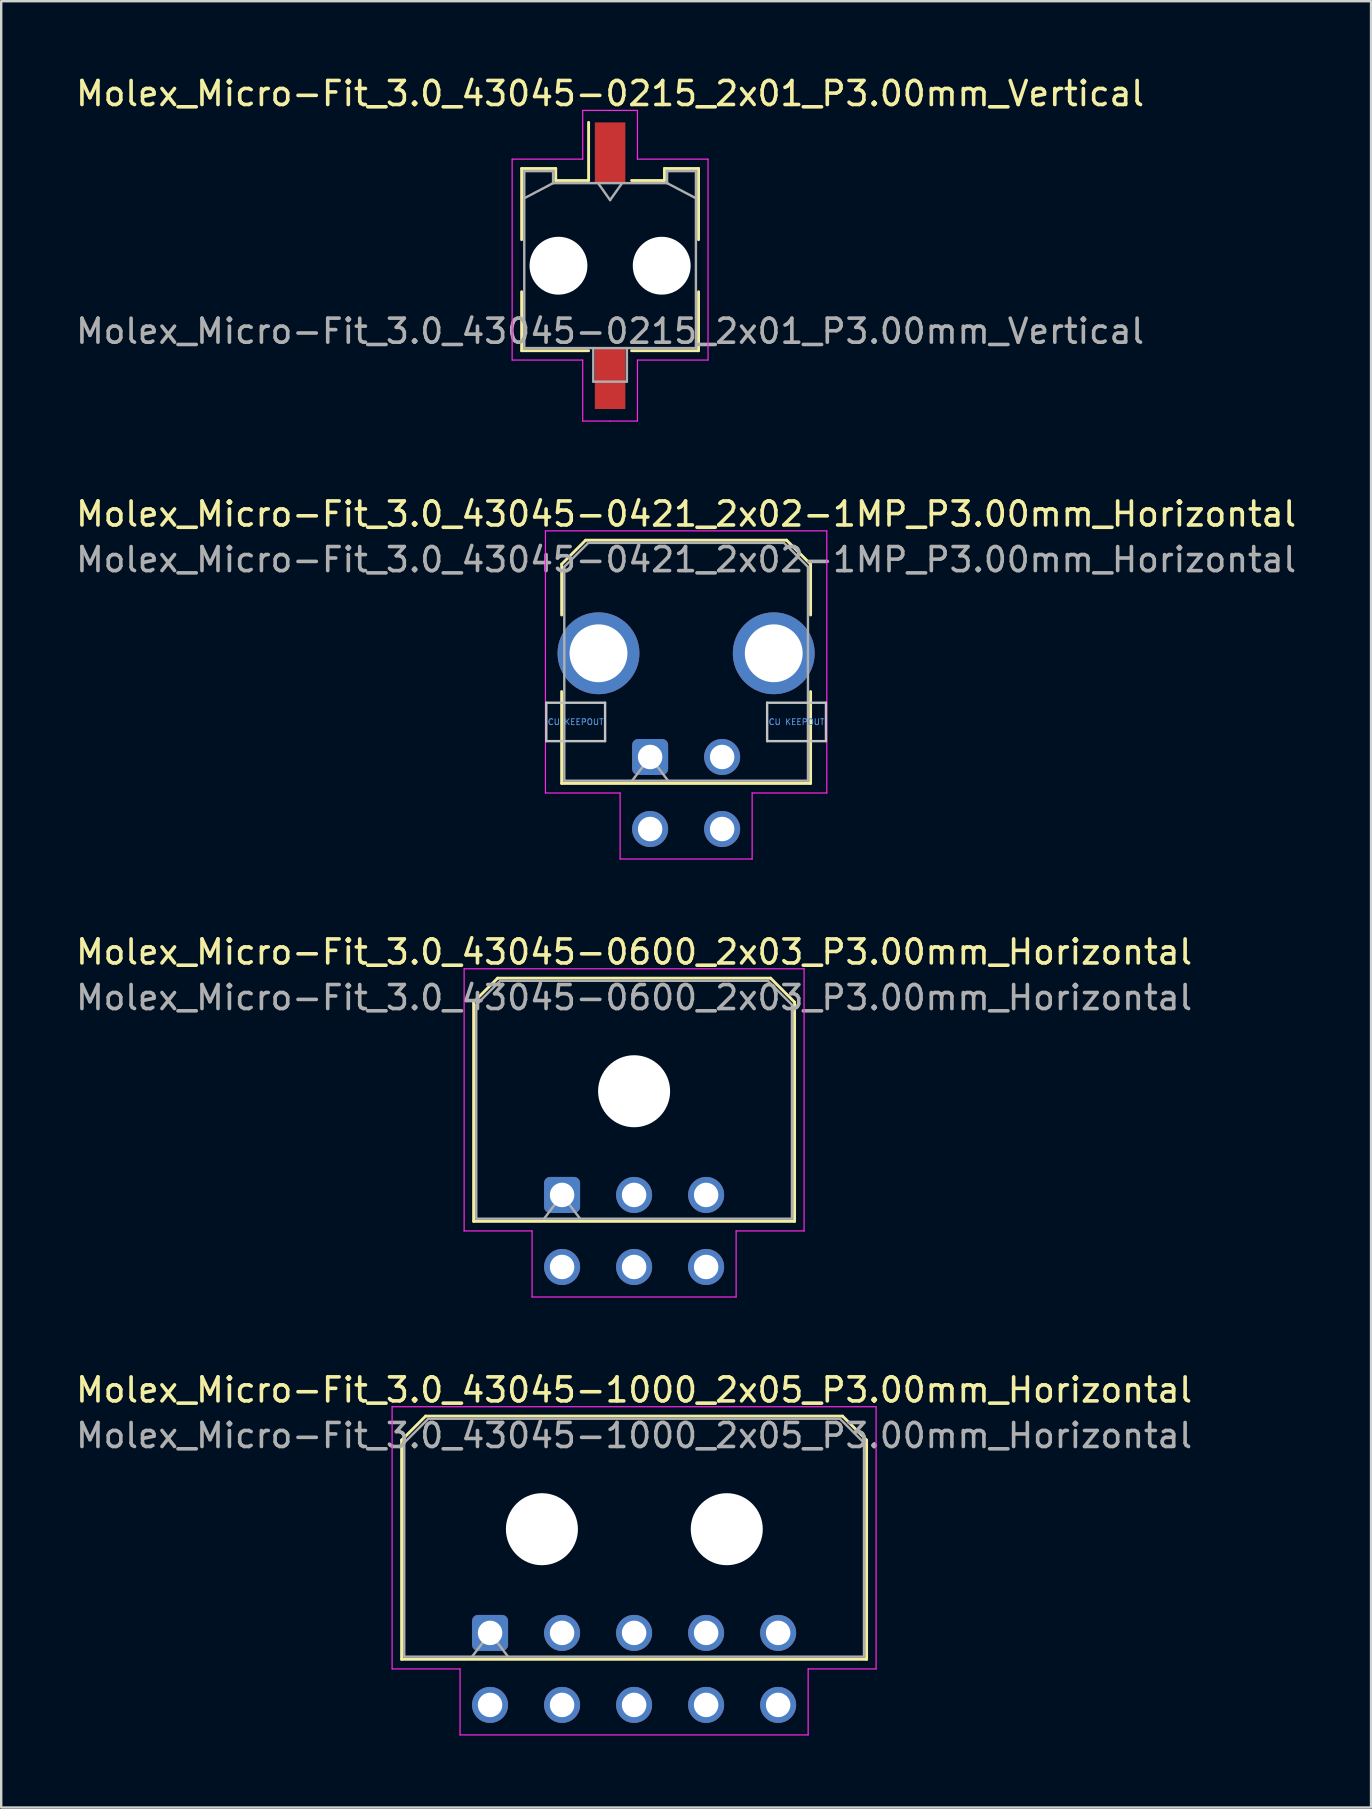
<source format=kicad_pcb>
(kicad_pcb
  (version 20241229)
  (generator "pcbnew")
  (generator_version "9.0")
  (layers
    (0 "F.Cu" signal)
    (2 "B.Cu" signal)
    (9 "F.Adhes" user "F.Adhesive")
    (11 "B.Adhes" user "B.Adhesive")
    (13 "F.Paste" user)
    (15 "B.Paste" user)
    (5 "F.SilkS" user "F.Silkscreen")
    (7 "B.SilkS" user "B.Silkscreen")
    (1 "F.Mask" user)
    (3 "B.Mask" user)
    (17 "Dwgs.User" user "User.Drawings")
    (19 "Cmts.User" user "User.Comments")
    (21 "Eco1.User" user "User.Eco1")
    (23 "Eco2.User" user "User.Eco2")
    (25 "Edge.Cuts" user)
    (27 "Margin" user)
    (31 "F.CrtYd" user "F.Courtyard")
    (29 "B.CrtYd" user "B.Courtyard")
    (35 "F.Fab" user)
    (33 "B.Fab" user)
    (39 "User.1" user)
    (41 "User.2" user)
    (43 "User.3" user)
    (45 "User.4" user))
  (footprint "Molex_Micro-Fit_3.0_43045-1000_2x05_P3.00mm_Horizontal"
    (layer "F.Cu")
    (at 17.363 64.968)
    (property "Reference" "Molex_Micro-Fit_3.0_43045-1000_2x05_P3.00mm_Horizontal" (at 6 -10.12 0) (layer "F.SilkS") (effects (font (size 1 1) (thickness 0.15))))
    (attr through_hole)
    (fp_line (start -3.685 -8.03) (end -2.685 -9.03) (stroke (width 0.12) (type solid)) (layer "F.SilkS"))
    (fp_line (start -3.685 1.1) (end -3.685 -8.03) (stroke (width 0.12) (type solid)) (layer "F.SilkS"))
    (fp_line (start -2.685 -9.03) (end 14.685 -9.03) (stroke (width 0.12) (type solid)) (layer "F.SilkS"))
    (fp_line (start 14.685 -9.03) (end 15.685 -8.03) (stroke (width 0.12) (type solid)) (layer "F.SilkS"))
    (fp_line (start 15.685 -8.03) (end 15.685 1.1) (stroke (width 0.12) (type solid)) (layer "F.SilkS"))
    (fp_line (start 15.685 1.1) (end -3.685 1.1) (stroke (width 0.12) (type solid)) (layer "F.SilkS"))
    (fp_line (start -4.08 -9.42) (end 16.08 -9.42) (stroke (width 0.05) (type solid)) (layer "F.CrtYd"))
    (fp_line (start -4.08 1.5) (end -4.08 -9.42) (stroke (width 0.05) (type solid)) (layer "F.CrtYd"))
    (fp_line (start -1.25 1.5) (end -4.08 1.5) (stroke (width 0.05) (type solid)) (layer "F.CrtYd"))
    (fp_line (start -1.25 4.25) (end -1.25 1.5) (stroke (width 0.05) (type solid)) (layer "F.CrtYd"))
    (fp_line (start 13.25 1.5) (end 13.25 4.25) (stroke (width 0.05) (type solid)) (layer "F.CrtYd"))
    (fp_line (start 13.25 4.25) (end -1.25 4.25) (stroke (width 0.05) (type solid)) (layer "F.CrtYd"))
    (fp_line (start 16.08 -9.42) (end 16.08 1.5) (stroke (width 0.05) (type solid)) (layer "F.CrtYd"))
    (fp_line (start 16.08 1.5) (end 13.25 1.5) (stroke (width 0.05) (type solid)) (layer "F.CrtYd"))
    (fp_line (start -3.575 -7.92) (end -2.575 -8.92) (stroke (width 0.1) (type solid)) (layer "F.Fab"))
    (fp_line (start -3.575 0.99) (end -3.575 -7.92) (stroke (width 0.1) (type solid)) (layer "F.Fab"))
    (fp_line (start -2.575 -8.92) (end 14.575 -8.92) (stroke (width 0.1) (type solid)) (layer "F.Fab"))
    (fp_line (start -0.75 0.99) (end 0 0) (stroke (width 0.1) (type solid)) (layer "F.Fab"))
    (fp_line (start 0 0) (end 0.75 0.99) (stroke (width 0.1) (type solid)) (layer "F.Fab"))
    (fp_line (start 14.575 -8.92) (end 15.575 -7.92) (stroke (width 0.1) (type solid)) (layer "F.Fab"))
    (fp_line (start 15.575 -7.92) (end 15.575 0.99) (stroke (width 0.1) (type solid)) (layer "F.Fab"))
    (fp_line (start 15.575 0.99) (end -3.575 0.99) (stroke (width 0.1) (type solid)) (layer "F.Fab"))
    (fp_text user "${REFERENCE}" (at 6 -8.22 0) (layer "F.Fab") (effects (font (size 1 1) (thickness 0.15))))
    (pad "" np_thru_hole circle (at 2.16 -4.32) (size 3 3) (drill 3) (layers "*.Cu" "*.Mask"))
    (pad "" np_thru_hole circle (at 9.86 -4.32) (size 3 3) (drill 3) (layers "*.Cu" "*.Mask"))
    (pad "1" thru_hole roundrect (at 0 0) (size 1.5 1.5) (drill 1.02) (layers "*.Cu" "*.Mask") (roundrect_rratio 0.167))
    (pad "2" thru_hole circle (at 3 0) (size 1.5 1.5) (drill 1.02) (layers "*.Cu" "*.Mask"))
    (pad "3" thru_hole circle (at 6 0) (size 1.5 1.5) (drill 1.02) (layers "*.Cu" "*.Mask"))
    (pad "4" thru_hole circle (at 9 0) (size 1.5 1.5) (drill 1.02) (layers "*.Cu" "*.Mask"))
    (pad "5" thru_hole circle (at 12 0) (size 1.5 1.5) (drill 1.02) (layers "*.Cu" "*.Mask"))
    (pad "6" thru_hole circle (at 0 3) (size 1.5 1.5) (drill 1.02) (layers "*.Cu" "*.Mask"))
    (pad "7" thru_hole circle (at 3 3) (size 1.5 1.5) (drill 1.02) (layers "*.Cu" "*.Mask"))
    (pad "8" thru_hole circle (at 6 3) (size 1.5 1.5) (drill 1.02) (layers "*.Cu" "*.Mask"))
    (pad "9" thru_hole circle (at 9 3) (size 1.5 1.5) (drill 1.02) (layers "*.Cu" "*.Mask"))
    (pad "10" thru_hole circle (at 12 3) (size 1.5 1.5) (drill 1.02) (layers "*.Cu" "*.Mask")))
  (footprint "Molex_Micro-Fit_3.0_43045-0215_2x01_P3.00mm_Vertical"
    (layer "F.Cu")
    (at 22.363 8.018)
    (property "Reference" "Molex_Micro-Fit_3.0_43045-0215_2x01_P3.00mm_Vertical" (at 0 -7.17 0) (layer "F.SilkS") (effects (font (size 1 1) (thickness 0.15))))
    (attr smd)
    (fp_line (start -3.685 -4.05) (end -2.265 -4.05) (stroke (width 0.12) (type solid)) (layer "F.SilkS"))
    (fp_line (start -3.685 -1.085) (end -3.685 -4.05) (stroke (width 0.12) (type solid)) (layer "F.SilkS"))
    (fp_line (start -3.685 1.085) (end -3.685 3.54) (stroke (width 0.12) (type solid)) (layer "F.SilkS"))
    (fp_line (start -3.685 3.54) (end -0.895 3.54) (stroke (width 0.12) (type solid)) (layer "F.SilkS"))
    (fp_line (start -2.265 -4.05) (end -2.265 -3.55) (stroke (width 0.12) (type solid)) (layer "F.SilkS"))
    (fp_line (start -2.265 -3.55) (end -0.895 -3.55) (stroke (width 0.12) (type solid)) (layer "F.SilkS"))
    (fp_line (start -0.895 -3.55) (end -0.895 -5.97) (stroke (width 0.12) (type solid)) (layer "F.SilkS"))
    (fp_line (start 2.265 -4.05) (end 2.265 -3.55) (stroke (width 0.12) (type solid)) (layer "F.SilkS"))
    (fp_line (start 2.265 -3.55) (end 0.895 -3.55) (stroke (width 0.12) (type solid)) (layer "F.SilkS"))
    (fp_line (start 3.685 -4.05) (end 2.265 -4.05) (stroke (width 0.12) (type solid)) (layer "F.SilkS"))
    (fp_line (start 3.685 -1.085) (end 3.685 -4.05) (stroke (width 0.12) (type solid)) (layer "F.SilkS"))
    (fp_line (start 3.685 1.085) (end 3.685 3.54) (stroke (width 0.12) (type solid)) (layer "F.SilkS"))
    (fp_line (start 3.685 3.54) (end 0.895 3.54) (stroke (width 0.12) (type solid)) (layer "F.SilkS"))
    (fp_line (start -4.08 -4.44) (end -4.08 3.93) (stroke (width 0.05) (type solid)) (layer "F.CrtYd"))
    (fp_line (start -4.08 3.93) (end -1.14 3.93) (stroke (width 0.05) (type solid)) (layer "F.CrtYd"))
    (fp_line (start -1.14 -6.47) (end -1.14 -4.44) (stroke (width 0.05) (type solid)) (layer "F.CrtYd"))
    (fp_line (start -1.14 -4.44) (end -4.08 -4.44) (stroke (width 0.05) (type solid)) (layer "F.CrtYd"))
    (fp_line (start -1.14 3.93) (end -1.14 6.47) (stroke (width 0.05) (type solid)) (layer "F.CrtYd"))
    (fp_line (start -1.14 6.47) (end 0 6.47) (stroke (width 0.05) (type solid)) (layer "F.CrtYd"))
    (fp_line (start 0 -6.47) (end -1.14 -6.47) (stroke (width 0.05) (type solid)) (layer "F.CrtYd"))
    (fp_line (start 0 -6.47) (end 1.14 -6.47) (stroke (width 0.05) (type solid)) (layer "F.CrtYd"))
    (fp_line (start 1.14 -6.47) (end 1.14 -4.44) (stroke (width 0.05) (type solid)) (layer "F.CrtYd"))
    (fp_line (start 1.14 -4.44) (end 4.08 -4.44) (stroke (width 0.05) (type solid)) (layer "F.CrtYd"))
    (fp_line (start 1.14 3.93) (end 1.14 6.47) (stroke (width 0.05) (type solid)) (layer "F.CrtYd"))
    (fp_line (start 1.14 6.47) (end 0 6.47) (stroke (width 0.05) (type solid)) (layer "F.CrtYd"))
    (fp_line (start 4.08 -4.44) (end 4.08 3.93) (stroke (width 0.05) (type solid)) (layer "F.CrtYd"))
    (fp_line (start 4.08 3.93) (end 1.14 3.93) (stroke (width 0.05) (type solid)) (layer "F.CrtYd"))
    (fp_line (start -3.575 -3.94) (end -3.575 3.43) (stroke (width 0.1) (type solid)) (layer "F.Fab"))
    (fp_line (start -3.575 -2.81) (end -2.375 -3.44) (stroke (width 0.1) (type solid)) (layer "F.Fab"))
    (fp_line (start -3.575 3.43) (end 3.575 3.43) (stroke (width 0.1) (type solid)) (layer "F.Fab"))
    (fp_line (start -2.375 -3.94) (end -3.575 -3.94) (stroke (width 0.1) (type solid)) (layer "F.Fab"))
    (fp_line (start -2.375 -3.44) (end -2.375 -3.94) (stroke (width 0.1) (type solid)) (layer "F.Fab"))
    (fp_line (start -0.7 3.43) (end -0.7 4.83) (stroke (width 0.1) (type solid)) (layer "F.Fab"))
    (fp_line (start -0.7 4.83) (end 0.7 4.83) (stroke (width 0.1) (type solid)) (layer "F.Fab"))
    (fp_line (start -0.5 -3.44) (end 0 -2.733) (stroke (width 0.1) (type solid)) (layer "F.Fab"))
    (fp_line (start 0 -2.733) (end 0.5 -3.44) (stroke (width 0.1) (type solid)) (layer "F.Fab"))
    (fp_line (start 0.7 4.83) (end 0.7 3.43) (stroke (width 0.1) (type solid)) (layer "F.Fab"))
    (fp_line (start 2.375 -3.94) (end 2.375 -3.44) (stroke (width 0.1) (type solid)) (layer "F.Fab"))
    (fp_line (start 2.375 -3.44) (end -2.375 -3.44) (stroke (width 0.1) (type solid)) (layer "F.Fab"))
    (fp_line (start 3.575 -3.94) (end 2.375 -3.94) (stroke (width 0.1) (type solid)) (layer "F.Fab"))
    (fp_line (start 3.575 -2.81) (end 2.375 -3.44) (stroke (width 0.1) (type solid)) (layer "F.Fab"))
    (fp_line (start 3.575 3.43) (end 3.575 -3.94) (stroke (width 0.1) (type solid)) (layer "F.Fab"))
    (fp_text user "${REFERENCE}" (at 0 2.73 0) (layer "F.Fab") (effects (font (size 1 1) (thickness 0.15))))
    (pad "" np_thru_hole circle (at -2.15 0) (size 2.41 2.41) (drill 2.41) (layers "*.Cu" "*.Mask"))
    (pad "" np_thru_hole circle (at 2.15 0) (size 2.41 2.41) (drill 2.41) (layers "*.Cu" "*.Mask"))
    (pad "1" smd rect (at 0 -4.7) (size 1.27 2.54) (layers "F.Cu" "F.Mask" "F.Paste"))
    (pad "2" smd rect (at 0 4.7) (size 1.27 2.54) (layers "F.Cu" "F.Mask" "F.Paste")))
  (footprint "Molex_Micro-Fit_3.0_43045-0600_2x03_P3.00mm_Horizontal"
    (layer "F.Cu")
    (at 20.363 46.725)
    (property "Reference" "Molex_Micro-Fit_3.0_43045-0600_2x03_P3.00mm_Horizontal" (at 3 -10.12 0) (layer "F.SilkS") (effects (font (size 1 1) (thickness 0.15))))
    (attr through_hole)
    (fp_line (start -3.685 -8.03) (end -2.685 -9.03) (stroke (width 0.12) (type solid)) (layer "F.SilkS"))
    (fp_line (start -3.685 1.1) (end -3.685 -8.03) (stroke (width 0.12) (type solid)) (layer "F.SilkS"))
    (fp_line (start -2.685 -9.03) (end 8.685 -9.03) (stroke (width 0.12) (type solid)) (layer "F.SilkS"))
    (fp_line (start 8.685 -9.03) (end 9.685 -8.03) (stroke (width 0.12) (type solid)) (layer "F.SilkS"))
    (fp_line (start 9.685 -8.03) (end 9.685 1.1) (stroke (width 0.12) (type solid)) (layer "F.SilkS"))
    (fp_line (start 9.685 1.1) (end -3.685 1.1) (stroke (width 0.12) (type solid)) (layer "F.SilkS"))
    (fp_line (start -4.08 -9.42) (end 10.08 -9.42) (stroke (width 0.05) (type solid)) (layer "F.CrtYd"))
    (fp_line (start -4.08 1.5) (end -4.08 -9.42) (stroke (width 0.05) (type solid)) (layer "F.CrtYd"))
    (fp_line (start -1.25 1.5) (end -4.08 1.5) (stroke (width 0.05) (type solid)) (layer "F.CrtYd"))
    (fp_line (start -1.25 4.25) (end -1.25 1.5) (stroke (width 0.05) (type solid)) (layer "F.CrtYd"))
    (fp_line (start 7.25 1.5) (end 7.25 4.25) (stroke (width 0.05) (type solid)) (layer "F.CrtYd"))
    (fp_line (start 7.25 4.25) (end -1.25 4.25) (stroke (width 0.05) (type solid)) (layer "F.CrtYd"))
    (fp_line (start 10.08 -9.42) (end 10.08 1.5) (stroke (width 0.05) (type solid)) (layer "F.CrtYd"))
    (fp_line (start 10.08 1.5) (end 7.25 1.5) (stroke (width 0.05) (type solid)) (layer "F.CrtYd"))
    (fp_line (start -3.575 -7.92) (end -2.575 -8.92) (stroke (width 0.1) (type solid)) (layer "F.Fab"))
    (fp_line (start -3.575 0.99) (end -3.575 -7.92) (stroke (width 0.1) (type solid)) (layer "F.Fab"))
    (fp_line (start -2.575 -8.92) (end 8.575 -8.92) (stroke (width 0.1) (type solid)) (layer "F.Fab"))
    (fp_line (start -0.75 0.99) (end 0 0) (stroke (width 0.1) (type solid)) (layer "F.Fab"))
    (fp_line (start 0 0) (end 0.75 0.99) (stroke (width 0.1) (type solid)) (layer "F.Fab"))
    (fp_line (start 8.575 -8.92) (end 9.575 -7.92) (stroke (width 0.1) (type solid)) (layer "F.Fab"))
    (fp_line (start 9.575 -7.92) (end 9.575 0.99) (stroke (width 0.1) (type solid)) (layer "F.Fab"))
    (fp_line (start 9.575 0.99) (end -3.575 0.99) (stroke (width 0.1) (type solid)) (layer "F.Fab"))
    (fp_text user "${REFERENCE}" (at 3 -8.22 0) (layer "F.Fab") (effects (font (size 1 1) (thickness 0.15))))
    (pad "" np_thru_hole circle (at 3 -4.32) (size 3 3) (drill 3) (layers "*.Cu" "*.Mask"))
    (pad "1" thru_hole roundrect (at 0 0) (size 1.5 1.5) (drill 1.02) (layers "*.Cu" "*.Mask") (roundrect_rratio 0.167))
    (pad "2" thru_hole circle (at 3 0) (size 1.5 1.5) (drill 1.02) (layers "*.Cu" "*.Mask"))
    (pad "3" thru_hole circle (at 6 0) (size 1.5 1.5) (drill 1.02) (layers "*.Cu" "*.Mask"))
    (pad "4" thru_hole circle (at 0 3) (size 1.5 1.5) (drill 1.02) (layers "*.Cu" "*.Mask"))
    (pad "5" thru_hole circle (at 3 3) (size 1.5 1.5) (drill 1.02) (layers "*.Cu" "*.Mask"))
    (pad "6" thru_hole circle (at 6 3) (size 1.5 1.5) (drill 1.02) (layers "*.Cu" "*.Mask")))
  (footprint "Molex_Micro-Fit_3.0_43045-0421_2x02-1MP_P3.00mm_Horizontal"
    (layer "F.Cu")
    (at 24.03 28.482)
    (property "Reference" "Molex_Micro-Fit_3.0_43045-0421_2x02-1MP_P3.00mm_Horizontal" (at 1.5 -10.12 0) (layer "F.SilkS") (effects (font (size 1 1) (thickness 0.15))))
    (attr through_hole)
    (fp_line (start -3.685 -8.03) (end -2.685 -9.03) (stroke (width 0.12) (type solid)) (layer "F.SilkS"))
    (fp_line (start -3.685 -5.915) (end -3.685 -8.03) (stroke (width 0.12) (type solid)) (layer "F.SilkS"))
    (fp_line (start -3.685 -2.725) (end -3.685 1.1) (stroke (width 0.12) (type solid)) (layer "F.SilkS"))
    (fp_line (start -3.685 1.1) (end 6.685 1.1) (stroke (width 0.12) (type solid)) (layer "F.SilkS"))
    (fp_line (start -2.685 -9.03) (end 5.685 -9.03) (stroke (width 0.12) (type solid)) (layer "F.SilkS"))
    (fp_line (start 5.685 -9.03) (end 6.685 -8.03) (stroke (width 0.12) (type solid)) (layer "F.SilkS"))
    (fp_line (start 6.685 -8.03) (end 6.685 -5.915) (stroke (width 0.12) (type solid)) (layer "F.SilkS"))
    (fp_line (start 6.685 1.1) (end 6.685 -2.725) (stroke (width 0.12) (type solid)) (layer "F.SilkS"))
    (fp_line (start -4.325 -2.26) (end -4.325 -0.66) (stroke (width 0.1) (type solid)) (layer "Dwgs.User"))
    (fp_line (start -4.325 -0.66) (end -1.875 -0.66) (stroke (width 0.1) (type solid)) (layer "Dwgs.User"))
    (fp_line (start -1.875 -2.26) (end -4.325 -2.26) (stroke (width 0.1) (type solid)) (layer "Dwgs.User"))
    (fp_line (start -1.875 -0.66) (end -1.875 -2.26) (stroke (width 0.1) (type solid)) (layer "Dwgs.User"))
    (fp_line (start 4.875 -2.26) (end 4.875 -0.66) (stroke (width 0.1) (type solid)) (layer "Dwgs.User"))
    (fp_line (start 4.875 -0.66) (end 7.325 -0.66) (stroke (width 0.1) (type solid)) (layer "Dwgs.User"))
    (fp_line (start 7.325 -2.26) (end 4.875 -2.26) (stroke (width 0.1) (type solid)) (layer "Dwgs.User"))
    (fp_line (start 7.325 -0.66) (end 7.325 -2.26) (stroke (width 0.1) (type solid)) (layer "Dwgs.User"))
    (fp_line (start -4.36 -9.42) (end 7.36 -9.42) (stroke (width 0.05) (type solid)) (layer "F.CrtYd"))
    (fp_line (start -4.36 1.5) (end -4.36 -9.42) (stroke (width 0.05) (type solid)) (layer "F.CrtYd"))
    (fp_line (start -1.25 1.5) (end -4.36 1.5) (stroke (width 0.05) (type solid)) (layer "F.CrtYd"))
    (fp_line (start -1.25 4.25) (end -1.25 1.5) (stroke (width 0.05) (type solid)) (layer "F.CrtYd"))
    (fp_line (start 4.25 1.5) (end 4.25 4.25) (stroke (width 0.05) (type solid)) (layer "F.CrtYd"))
    (fp_line (start 4.25 4.25) (end -1.25 4.25) (stroke (width 0.05) (type solid)) (layer "F.CrtYd"))
    (fp_line (start 7.36 -9.42) (end 7.36 1.5) (stroke (width 0.05) (type solid)) (layer "F.CrtYd"))
    (fp_line (start 7.36 1.5) (end 4.25 1.5) (stroke (width 0.05) (type solid)) (layer "F.CrtYd"))
    (fp_line (start -3.575 -7.92) (end -2.575 -8.92) (stroke (width 0.1) (type solid)) (layer "F.Fab"))
    (fp_line (start -3.575 0.99) (end -3.575 -7.92) (stroke (width 0.1) (type solid)) (layer "F.Fab"))
    (fp_line (start -2.575 -8.92) (end 5.575 -8.92) (stroke (width 0.1) (type solid)) (layer "F.Fab"))
    (fp_line (start -0.75 0.99) (end 0 0) (stroke (width 0.1) (type solid)) (layer "F.Fab"))
    (fp_line (start 0 0) (end 0.75 0.99) (stroke (width 0.1) (type solid)) (layer "F.Fab"))
    (fp_line (start 5.575 -8.92) (end 6.575 -7.92) (stroke (width 0.1) (type solid)) (layer "F.Fab"))
    (fp_line (start 6.575 -7.92) (end 6.575 0.99) (stroke (width 0.1) (type solid)) (layer "F.Fab"))
    (fp_line (start 6.575 0.99) (end -3.575 0.99) (stroke (width 0.1) (type solid)) (layer "F.Fab"))
    (fp_text user "CU KEEPOUT" (at 6.1 -1.46 0) (layer "Cmts.User") (effects (font (size 0.245 0.245) (thickness 0.037))))
    (fp_text user "CU KEEPOUT" (at -3.1 -1.46 0) (layer "Cmts.User") (effects (font (size 0.245 0.245) (thickness 0.037))))
    (fp_text user "${REFERENCE}" (at 1.5 -8.22 0) (layer "F.Fab") (effects (font (size 1 1) (thickness 0.15))))
    (pad "1" thru_hole roundrect (at 0 0) (size 1.5 1.5) (drill 1.02) (layers "*.Cu" "*.Mask") (roundrect_rratio 0.167))
    (pad "2" thru_hole circle (at 3 0) (size 1.5 1.5) (drill 1.02) (layers "*.Cu" "*.Mask"))
    (pad "3" thru_hole circle (at 0 3) (size 1.5 1.5) (drill 1.02) (layers "*.Cu" "*.Mask"))
    (pad "4" thru_hole circle (at 3 3) (size 1.5 1.5) (drill 1.02) (layers "*.Cu" "*.Mask"))
    (pad "MP" thru_hole circle (at -2.15 -4.32) (size 3.41 3.41) (drill 2.41) (layers "*.Cu" "*.Mask"))
    (pad "MP" thru_hole circle (at 5.15 -4.32) (size 3.41 3.41) (drill 2.41) (layers "*.Cu" "*.Mask")))
  (gr_rect
    (start -3 -3)
    (end 54.06 72.243)
    (stroke (width 0.1) (type default))
    (fill no)
    (layer "Edge.Cuts")))
</source>
